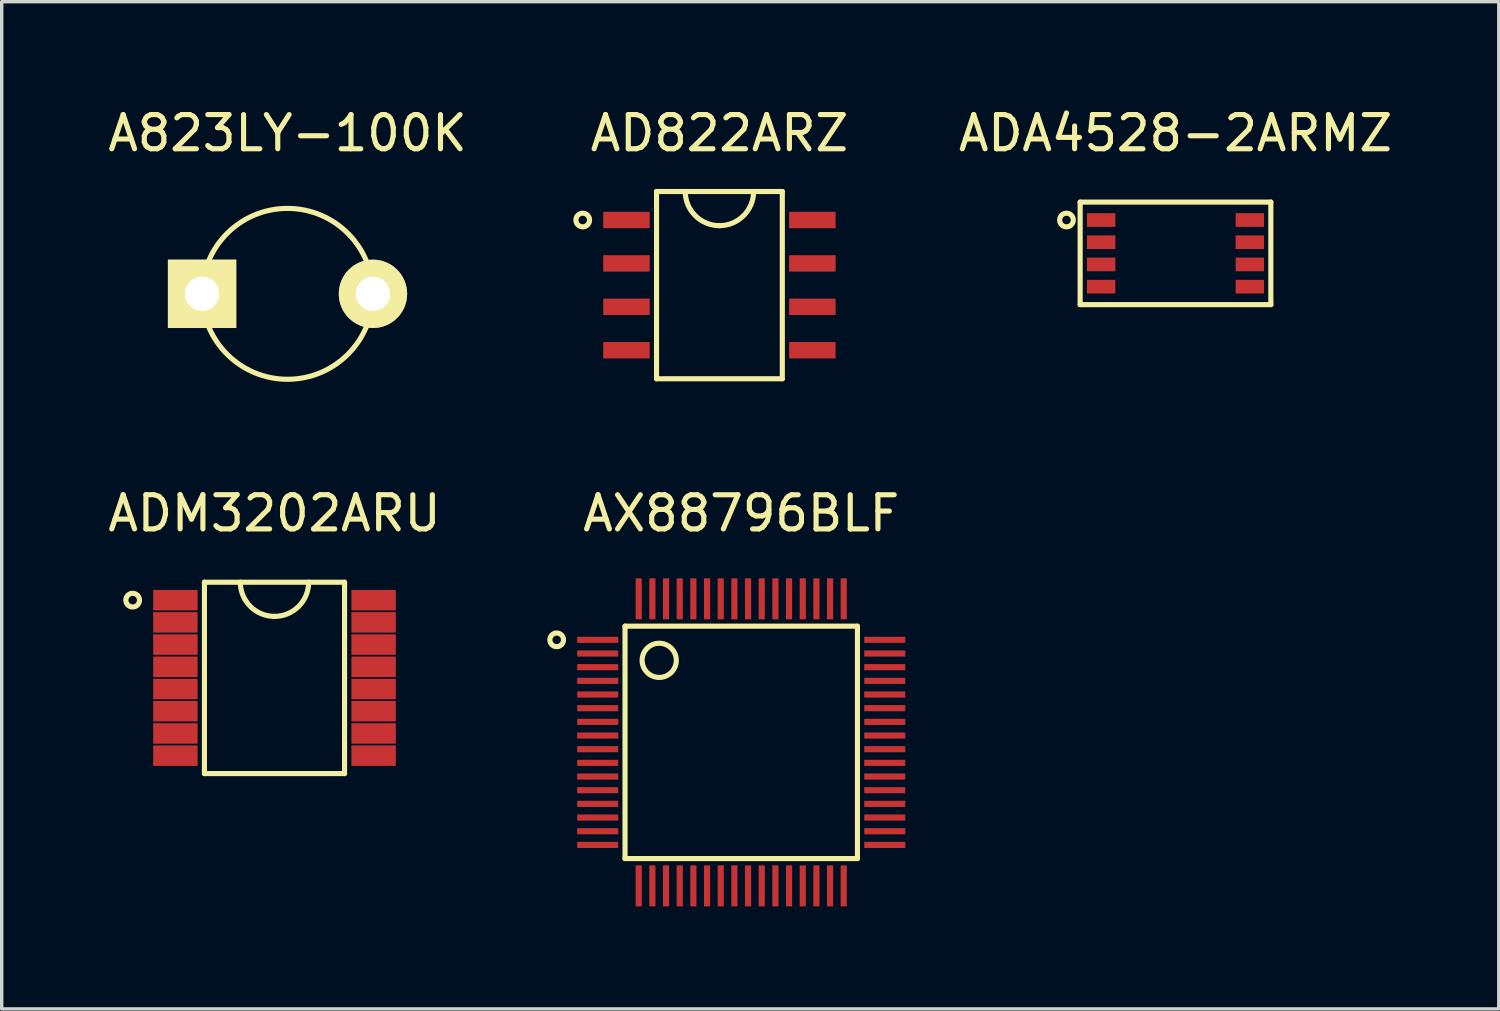
<source format=kicad_pcb>
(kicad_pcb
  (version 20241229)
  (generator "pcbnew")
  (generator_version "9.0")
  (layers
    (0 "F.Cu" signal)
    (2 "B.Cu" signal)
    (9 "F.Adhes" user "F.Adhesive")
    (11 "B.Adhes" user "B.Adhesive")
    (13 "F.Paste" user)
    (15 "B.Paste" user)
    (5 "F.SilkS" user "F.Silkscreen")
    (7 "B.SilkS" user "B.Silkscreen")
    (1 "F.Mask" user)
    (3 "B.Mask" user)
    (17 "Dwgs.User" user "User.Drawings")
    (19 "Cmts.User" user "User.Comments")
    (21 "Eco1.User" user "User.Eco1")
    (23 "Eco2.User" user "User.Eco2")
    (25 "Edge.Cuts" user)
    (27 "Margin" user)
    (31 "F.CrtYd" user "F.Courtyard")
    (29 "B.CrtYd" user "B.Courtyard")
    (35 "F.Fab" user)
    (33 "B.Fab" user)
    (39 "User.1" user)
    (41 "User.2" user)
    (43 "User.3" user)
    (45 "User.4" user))
  (footprint "AD822ARZ"
    (layer "F.Cu")
    (at 15.281 3.388)
    (property "Reference" "AD822ARZ" (at 2.72 -2.54 0) (layer "F.SilkS") (effects (font (size 1 1) (thickness 0.15))))
    (attr through_hole)
    (fp_line (start 0.88 -0.835) (end 4.56 -0.835) (stroke (width 0.15) (type solid)) (layer "F.SilkS"))
    (fp_line (start 0.88 4.645) (end 0.88 -0.835) (stroke (width 0.15) (type solid)) (layer "F.SilkS"))
    (fp_line (start 4.56 -0.835) (end 4.56 4.645) (stroke (width 0.15) (type solid)) (layer "F.SilkS"))
    (fp_line (start 4.56 4.645) (end 0.88 4.645) (stroke (width 0.15) (type solid)) (layer "F.SilkS"))
    (fp_arc (start 2.72 0.165) (mid 2.012893 -0.127893) (end 1.72 -0.835) (stroke (width 0.15) (type solid)) (layer "F.SilkS"))
    (fp_arc (start 3.72 -0.835) (mid 3.427107 -0.127893) (end 2.72 0.165) (stroke (width 0.15) (type solid)) (layer "F.SilkS"))
    (fp_circle (center -1.28 0) (end -1.28 0.2) (stroke (width 0.15) (type solid)) (fill no) (layer "F.SilkS"))
    (pad "1" smd rect (at 0 0) (size 1.36 0.48) (layers "F.Cu" "F.Mask" "F.Paste"))
    (pad "2" smd rect (at 0 1.27) (size 1.36 0.48) (layers "F.Cu" "F.Mask" "F.Paste"))
    (pad "3" smd rect (at 0 2.54) (size 1.36 0.48) (layers "F.Cu" "F.Mask" "F.Paste"))
    (pad "4" smd rect (at 0 3.81) (size 1.36 0.48) (layers "F.Cu" "F.Mask" "F.Paste"))
    (pad "5" smd rect (at 5.44 3.81) (size 1.36 0.48) (layers "F.Cu" "F.Mask" "F.Paste"))
    (pad "6" smd rect (at 5.44 2.54) (size 1.36 0.48) (layers "F.Cu" "F.Mask" "F.Paste"))
    (pad "7" smd rect (at 5.44 1.27) (size 1.36 0.48) (layers "F.Cu" "F.Mask" "F.Paste"))
    (pad "8" smd rect (at 5.44 0) (size 1.36 0.48) (layers "F.Cu" "F.Mask" "F.Paste")))
  (footprint "ADA4528-2ARMZ"
    (layer "F.Cu")
    (at 29.171 3.388)
    (property "Reference" "ADA4528-2ARMZ" (at 2.175 -2.54 0) (layer "F.SilkS") (effects (font (size 1 1) (thickness 0.15))))
    (attr through_hole)
    (fp_line (start -0.615 -0.525) (end 4.965 -0.525) (stroke (width 0.15) (type solid)) (layer "F.SilkS"))
    (fp_line (start -0.615 2.475) (end -0.615 -0.525) (stroke (width 0.15) (type solid)) (layer "F.SilkS"))
    (fp_line (start 4.965 -0.525) (end 4.965 2.475) (stroke (width 0.15) (type solid)) (layer "F.SilkS"))
    (fp_line (start 4.965 2.475) (end -0.615 2.475) (stroke (width 0.15) (type solid)) (layer "F.SilkS"))
    (fp_circle (center -1.015 0) (end -1.015 0.2) (stroke (width 0.15) (type solid)) (fill no) (layer "F.SilkS"))
    (pad "1" smd rect (at 0 0) (size 0.83 0.4) (layers "F.Cu" "F.Mask" "F.Paste"))
    (pad "2" smd rect (at 0 0.65) (size 0.83 0.4) (layers "F.Cu" "F.Mask" "F.Paste"))
    (pad "3" smd rect (at 0 1.3) (size 0.83 0.4) (layers "F.Cu" "F.Mask" "F.Paste"))
    (pad "4" smd rect (at 0 1.95) (size 0.83 0.4) (layers "F.Cu" "F.Mask" "F.Paste"))
    (pad "5" smd rect (at 4.35 1.95) (size 0.83 0.4) (layers "F.Cu" "F.Mask" "F.Paste"))
    (pad "6" smd rect (at 4.35 1.3) (size 0.83 0.4) (layers "F.Cu" "F.Mask" "F.Paste"))
    (pad "7" smd rect (at 4.35 0.65) (size 0.83 0.4) (layers "F.Cu" "F.Mask" "F.Paste"))
    (pad "8" smd rect (at 4.35 0) (size 0.83 0.4) (layers "F.Cu" "F.Mask" "F.Paste")))
  (footprint "A823LY-100K"
    (layer "F.Cu")
    (at 2.863 5.548)
    (property "Reference" "A823LY-100K" (at 2.5 -4.7 0) (layer "F.SilkS") (effects (font (size 1 1) (thickness 0.15))))
    (attr through_hole)
    (fp_circle (center 2.5 0) (end 2.5 -2.5) (stroke (width 0.15) (type solid)) (fill no) (layer "F.SilkS"))
    (pad "1" thru_hole rect (at 0 0) (size 2 2) (drill 1) (layers "*.Cu" "*.Mask" "F.SilkS"))
    (pad "2" thru_hole circle (at 5 0) (size 2 2) (drill 1) (layers "*.Cu" "*.Mask" "F.SilkS")))
  (footprint "AX88796BLF"
    (layer "F.Cu")
    (at 14.439 14.472)
    (property "Reference" "AX88796BLF" (at 4.2 -2.5 0) (layer "F.SilkS") (effects (font (size 1 1) (thickness 0.15))))
    (attr through_hole)
    (fp_line (start 0.8 0.8) (end 0.8 7.6) (stroke (width 0.15) (type solid)) (layer "F.SilkS"))
    (fp_line (start 0.8 0.8) (end 7.6 0.8) (stroke (width 0.15) (type solid)) (layer "F.SilkS"))
    (fp_line (start 0.8 7.6) (end 7.6 7.6) (stroke (width 0.15) (type solid)) (layer "F.SilkS"))
    (fp_line (start 7.6 7.6) (end 7.6 0.8) (stroke (width 0.15) (type solid)) (layer "F.SilkS"))
    (fp_circle (center -1.2 1.2) (end -1.2 1) (stroke (width 0.15) (type solid)) (fill no) (layer "F.SilkS"))
    (fp_circle (center 1.8 1.8) (end 1.8 1.3) (stroke (width 0.15) (type solid)) (fill no) (layer "F.SilkS"))
    (pad "1" smd rect (at 0 1.2) (size 1.2 0.18) (layers "F.Cu" "F.Mask" "F.Paste"))
    (pad "2" smd rect (at 0 1.6) (size 1.2 0.18) (layers "F.Cu" "F.Mask" "F.Paste"))
    (pad "3" smd rect (at 0 2) (size 1.2 0.18) (layers "F.Cu" "F.Mask" "F.Paste"))
    (pad "4" smd rect (at 0 2.4) (size 1.2 0.18) (layers "F.Cu" "F.Mask" "F.Paste"))
    (pad "5" smd rect (at 0 2.8) (size 1.2 0.18) (layers "F.Cu" "F.Mask" "F.Paste"))
    (pad "6" smd rect (at 0 3.2) (size 1.2 0.18) (layers "F.Cu" "F.Mask" "F.Paste"))
    (pad "7" smd rect (at 0 3.6) (size 1.2 0.18) (layers "F.Cu" "F.Mask" "F.Paste"))
    (pad "8" smd rect (at 0 4) (size 1.2 0.18) (layers "F.Cu" "F.Mask" "F.Paste"))
    (pad "9" smd rect (at 0 4.4) (size 1.2 0.18) (layers "F.Cu" "F.Mask" "F.Paste"))
    (pad "10" smd rect (at 0 4.8) (size 1.2 0.18) (layers "F.Cu" "F.Mask" "F.Paste"))
    (pad "11" smd rect (at 0 5.2) (size 1.2 0.18) (layers "F.Cu" "F.Mask" "F.Paste"))
    (pad "12" smd rect (at 0 5.6) (size 1.2 0.18) (layers "F.Cu" "F.Mask" "F.Paste"))
    (pad "13" smd rect (at 0 6) (size 1.2 0.18) (layers "F.Cu" "F.Mask" "F.Paste"))
    (pad "14" smd rect (at 0 6.4) (size 1.2 0.18) (layers "F.Cu" "F.Mask" "F.Paste"))
    (pad "15" smd rect (at 0 6.8) (size 1.2 0.18) (layers "F.Cu" "F.Mask" "F.Paste"))
    (pad "16" smd rect (at 0 7.2) (size 1.2 0.18) (layers "F.Cu" "F.Mask" "F.Paste"))
    (pad "17" smd rect (at 1.2 8.4) (size 0.18 1.2) (layers "F.Cu" "F.Mask" "F.Paste"))
    (pad "18" smd rect (at 1.6 8.4) (size 0.18 1.2) (layers "F.Cu" "F.Mask" "F.Paste"))
    (pad "19" smd rect (at 2 8.4) (size 0.18 1.2) (layers "F.Cu" "F.Mask" "F.Paste"))
    (pad "20" smd rect (at 2.4 8.4) (size 0.18 1.2) (layers "F.Cu" "F.Mask" "F.Paste"))
    (pad "21" smd rect (at 2.8 8.4) (size 0.18 1.2) (layers "F.Cu" "F.Mask" "F.Paste"))
    (pad "22" smd rect (at 3.2 8.4) (size 0.18 1.2) (layers "F.Cu" "F.Mask" "F.Paste"))
    (pad "23" smd rect (at 3.6 8.4) (size 0.18 1.2) (layers "F.Cu" "F.Mask" "F.Paste"))
    (pad "24" smd rect (at 4 8.4) (size 0.18 1.2) (layers "F.Cu" "F.Mask" "F.Paste"))
    (pad "25" smd rect (at 4.4 8.4) (size 0.18 1.2) (layers "F.Cu" "F.Mask" "F.Paste"))
    (pad "26" smd rect (at 4.8 8.4) (size 0.18 1.2) (layers "F.Cu" "F.Mask" "F.Paste"))
    (pad "27" smd rect (at 5.2 8.4) (size 0.18 1.2) (layers "F.Cu" "F.Mask" "F.Paste"))
    (pad "28" smd rect (at 5.6 8.4) (size 0.18 1.2) (layers "F.Cu" "F.Mask" "F.Paste"))
    (pad "29" smd rect (at 6 8.4) (size 0.18 1.2) (layers "F.Cu" "F.Mask" "F.Paste"))
    (pad "30" smd rect (at 6.4 8.4) (size 0.18 1.2) (layers "F.Cu" "F.Mask" "F.Paste"))
    (pad "31" smd rect (at 6.8 8.4) (size 0.18 1.2) (layers "F.Cu" "F.Mask" "F.Paste"))
    (pad "32" smd rect (at 7.2 8.4) (size 0.18 1.2) (layers "F.Cu" "F.Mask" "F.Paste"))
    (pad "33" smd rect (at 8.4 7.2) (size 1.2 0.18) (layers "F.Cu" "F.Mask" "F.Paste"))
    (pad "34" smd rect (at 8.4 6.8) (size 1.2 0.18) (layers "F.Cu" "F.Mask" "F.Paste"))
    (pad "35" smd rect (at 8.4 6.4) (size 1.2 0.18) (layers "F.Cu" "F.Mask" "F.Paste"))
    (pad "36" smd rect (at 8.4 6) (size 1.2 0.18) (layers "F.Cu" "F.Mask" "F.Paste"))
    (pad "37" smd rect (at 8.4 5.6) (size 1.2 0.18) (layers "F.Cu" "F.Mask" "F.Paste"))
    (pad "38" smd rect (at 8.4 5.2) (size 1.2 0.18) (layers "F.Cu" "F.Mask" "F.Paste"))
    (pad "39" smd rect (at 8.4 4.8) (size 1.2 0.18) (layers "F.Cu" "F.Mask" "F.Paste"))
    (pad "40" smd rect (at 8.4 4.4) (size 1.2 0.18) (layers "F.Cu" "F.Mask" "F.Paste"))
    (pad "41" smd rect (at 8.4 4) (size 1.2 0.18) (layers "F.Cu" "F.Mask" "F.Paste"))
    (pad "42" smd rect (at 8.4 3.6) (size 1.2 0.18) (layers "F.Cu" "F.Mask" "F.Paste"))
    (pad "43" smd rect (at 8.4 3.2) (size 1.2 0.18) (layers "F.Cu" "F.Mask" "F.Paste"))
    (pad "44" smd rect (at 8.4 2.8) (size 1.2 0.18) (layers "F.Cu" "F.Mask" "F.Paste"))
    (pad "45" smd rect (at 8.4 2.4) (size 1.2 0.18) (layers "F.Cu" "F.Mask" "F.Paste"))
    (pad "46" smd rect (at 8.4 2) (size 1.2 0.18) (layers "F.Cu" "F.Mask" "F.Paste"))
    (pad "47" smd rect (at 8.4 1.6) (size 1.2 0.18) (layers "F.Cu" "F.Mask" "F.Paste"))
    (pad "48" smd rect (at 8.4 1.2) (size 1.2 0.18) (layers "F.Cu" "F.Mask" "F.Paste"))
    (pad "49" smd rect (at 7.2 0) (size 0.18 1.2) (layers "F.Cu" "F.Mask" "F.Paste"))
    (pad "50" smd rect (at 6.8 0) (size 0.18 1.2) (layers "F.Cu" "F.Mask" "F.Paste"))
    (pad "51" smd rect (at 6.4 0) (size 0.18 1.2) (layers "F.Cu" "F.Mask" "F.Paste"))
    (pad "52" smd rect (at 6 0) (size 0.18 1.2) (layers "F.Cu" "F.Mask" "F.Paste"))
    (pad "53" smd rect (at 5.6 0) (size 0.18 1.2) (layers "F.Cu" "F.Mask" "F.Paste"))
    (pad "54" smd rect (at 5.2 0) (size 0.18 1.2) (layers "F.Cu" "F.Mask" "F.Paste"))
    (pad "55" smd rect (at 4.8 0) (size 0.18 1.2) (layers "F.Cu" "F.Mask" "F.Paste"))
    (pad "56" smd rect (at 4.4 0) (size 0.18 1.2) (layers "F.Cu" "F.Mask" "F.Paste"))
    (pad "57" smd rect (at 4 0) (size 0.18 1.2) (layers "F.Cu" "F.Mask" "F.Paste"))
    (pad "58" smd rect (at 3.6 0) (size 0.18 1.2) (layers "F.Cu" "F.Mask" "F.Paste"))
    (pad "59" smd rect (at 3.2 0) (size 0.18 1.2) (layers "F.Cu" "F.Mask" "F.Paste"))
    (pad "60" smd rect (at 2.8 0) (size 0.18 1.2) (layers "F.Cu" "F.Mask" "F.Paste"))
    (pad "61" smd rect (at 2.4 0) (size 0.18 1.2) (layers "F.Cu" "F.Mask" "F.Paste"))
    (pad "62" smd rect (at 2 0) (size 0.18 1.2) (layers "F.Cu" "F.Mask" "F.Paste"))
    (pad "63" smd rect (at 1.6 0) (size 0.18 1.2) (layers "F.Cu" "F.Mask" "F.Paste"))
    (pad "64" smd rect (at 1.2 0) (size 0.18 1.2) (layers "F.Cu" "F.Mask" "F.Paste")))
  (footprint "ADM3202ARU"
    (layer "F.Cu")
    (at 2.082 14.511)
    (property "Reference" "ADM3202ARU" (at 2.9 -2.54 0) (layer "F.SilkS") (effects (font (size 1 1) (thickness 0.15))))
    (attr through_hole)
    (fp_line (start 0.85 -0.525) (end 4.95 -0.525) (stroke (width 0.15) (type solid)) (layer "F.SilkS"))
    (fp_line (start 0.85 5.075) (end 0.85 -0.525) (stroke (width 0.15) (type solid)) (layer "F.SilkS"))
    (fp_line (start 4.95 -0.525) (end 4.95 5.075) (stroke (width 0.15) (type solid)) (layer "F.SilkS"))
    (fp_line (start 4.95 5.075) (end 0.85 5.075) (stroke (width 0.15) (type solid)) (layer "F.SilkS"))
    (fp_arc (start 2.9 0.475) (mid 2.192893 0.182107) (end 1.9 -0.525) (stroke (width 0.15) (type solid)) (layer "F.SilkS"))
    (fp_arc (start 3.9 -0.525) (mid 3.607107 0.182107) (end 2.9 0.475) (stroke (width 0.15) (type solid)) (layer "F.SilkS"))
    (fp_circle (center -1.25 0) (end -1.25 0.2) (stroke (width 0.15) (type solid)) (fill no) (layer "F.SilkS"))
    (pad "1" smd rect (at 0 0) (size 1.3 0.6) (layers "F.Cu" "F.Mask" "F.Paste"))
    (pad "2" smd rect (at 0 0.65) (size 1.3 0.6) (layers "F.Cu" "F.Mask" "F.Paste"))
    (pad "3" smd rect (at 0 1.3) (size 1.3 0.6) (layers "F.Cu" "F.Mask" "F.Paste"))
    (pad "4" smd rect (at 0 1.95) (size 1.3 0.6) (layers "F.Cu" "F.Mask" "F.Paste"))
    (pad "5" smd rect (at 0 2.6) (size 1.3 0.6) (layers "F.Cu" "F.Mask" "F.Paste"))
    (pad "6" smd rect (at 0 3.25) (size 1.3 0.6) (layers "F.Cu" "F.Mask" "F.Paste"))
    (pad "7" smd rect (at 0 3.9) (size 1.3 0.6) (layers "F.Cu" "F.Mask" "F.Paste"))
    (pad "8" smd rect (at 0 4.55) (size 1.3 0.6) (layers "F.Cu" "F.Mask" "F.Paste"))
    (pad "9" smd rect (at 5.8 4.55) (size 1.3 0.6) (layers "F.Cu" "F.Mask" "F.Paste"))
    (pad "10" smd rect (at 5.8 3.9) (size 1.3 0.6) (layers "F.Cu" "F.Mask" "F.Paste"))
    (pad "11" smd rect (at 5.8 3.25) (size 1.3 0.6) (layers "F.Cu" "F.Mask" "F.Paste"))
    (pad "12" smd rect (at 5.8 2.6) (size 1.3 0.6) (layers "F.Cu" "F.Mask" "F.Paste"))
    (pad "13" smd rect (at 5.8 1.95) (size 1.3 0.6) (layers "F.Cu" "F.Mask" "F.Paste"))
    (pad "14" smd rect (at 5.8 1.3) (size 1.3 0.6) (layers "F.Cu" "F.Mask" "F.Paste"))
    (pad "15" smd rect (at 5.8 0.65) (size 1.3 0.6) (layers "F.Cu" "F.Mask" "F.Paste"))
    (pad "16" smd rect (at 5.8 0) (size 1.3 0.6) (layers "F.Cu" "F.Mask" "F.Paste")))
  (gr_rect
    (start -3 -3)
    (end 40.805 26.471)
    (stroke (width 0.1) (type default))
    (fill no)
    (layer "Edge.Cuts")))
</source>
